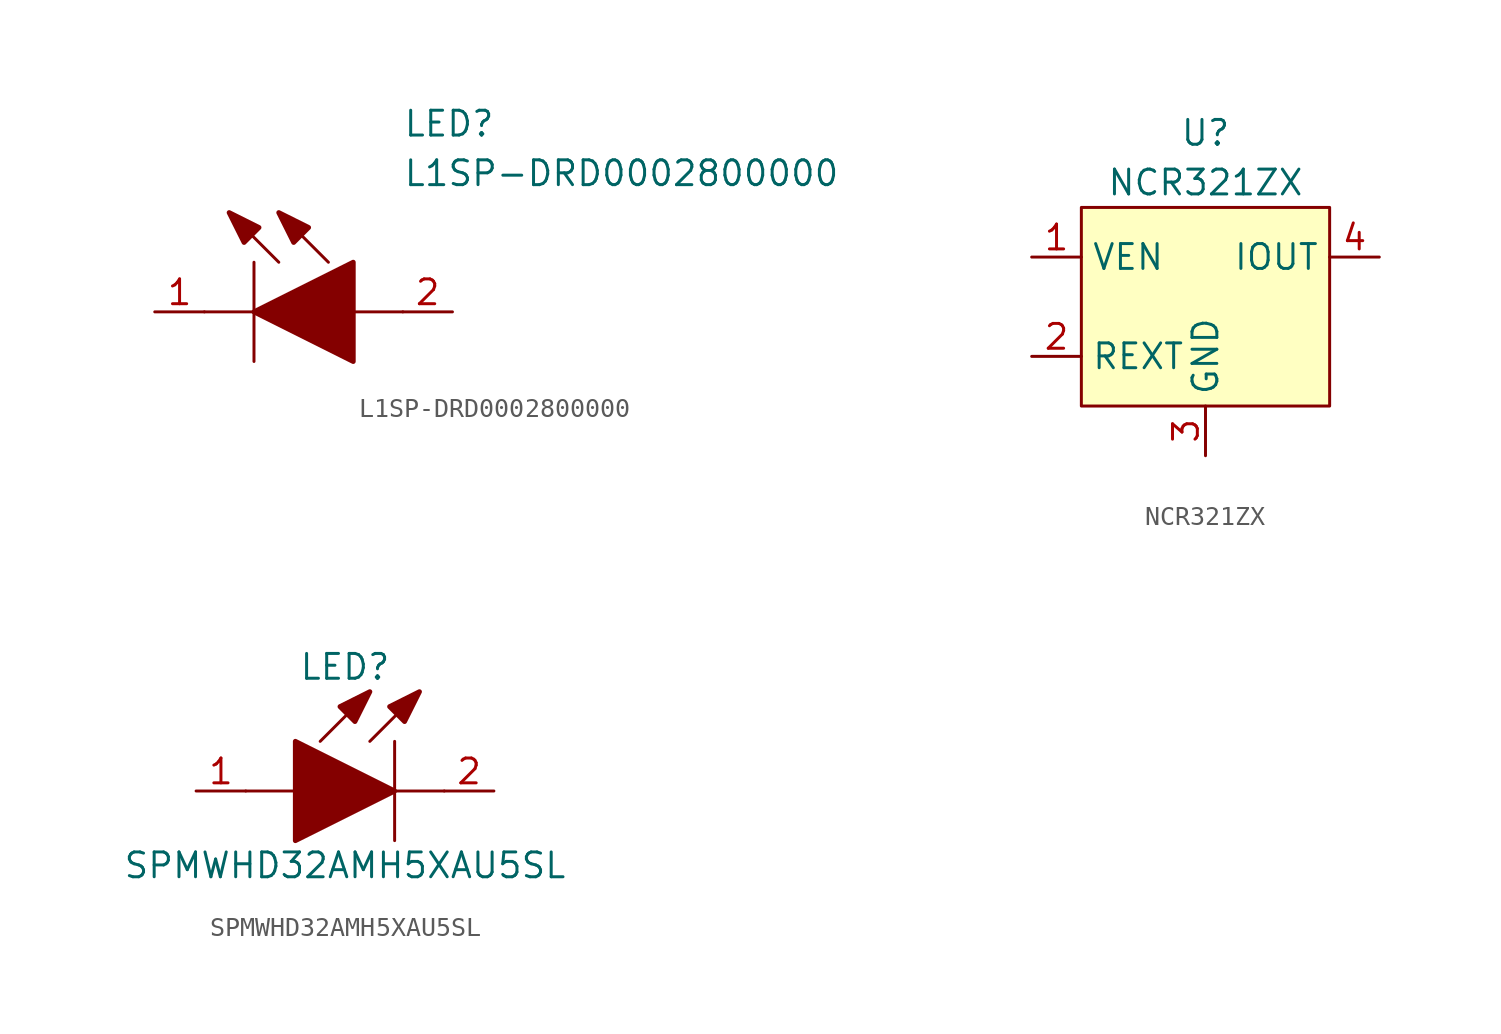
<source format=kicad_sym>
(kicad_symbol_lib
  (version 20211014)
  (generator kicad_symbol_editor)
  (symbol "L1SP-DRD0002800000"
    (pin_names
      (offset 0.762))
    (property "Reference" "LED"
      (at 5.08 8.89 0)
      (effects (font (size 1.27 1.27)) (justify left bottom)))
    (property "Value" "L1SP-DRD0002800000"
      (at 5.08 6.35 0)
      (effects (font (size 1.27 1.27)) (justify left bottom)))
    (symbol "L1SP-DRD0002800000_0_0"
      (pin passive line (at -7.62 0 0) (length 2.54) (name "~" (effects (font (size 1.27 1.27)))) (number "1" (effects (font (size 1.27 1.27)))))
      (pin passive line (at 7.62 0 180) (length 2.54) (name "~" (effects (font (size 1.27 1.27)))) (number "2" (effects (font (size 1.27 1.27))))))
    (symbol "L1SP-DRD0002800000_0_1"
      (polyline (pts (xy -5.08 0) (xy -2.54 0)) (stroke (width 0.152) (type default) (color 0 0 0 0)) (fill (type none)))
      (polyline (pts (xy -2.54 2.54) (xy -2.54 -2.54)) (stroke (width 0.152) (type default) (color 0 0 0 0)) (fill (type none)))
      (polyline (pts (xy -1.27 2.54) (xy -3.81 5.08)) (stroke (width 0.152) (type default) (color 0 0 0 0)) (fill (type none)))
      (polyline (pts (xy 1.27 2.54) (xy -1.27 5.08)) (stroke (width 0.152) (type default) (color 0 0 0 0)) (fill (type none)))
      (polyline (pts (xy 2.54 0) (xy 5.08 0)) (stroke (width 0.152) (type default) (color 0 0 0 0)) (fill (type none)))
      (polyline (pts (xy -2.54 0) (xy 2.54 2.54) (xy 2.54 -2.54) (xy -2.54 0)) (stroke (width 0.254) (type default) (color 0 0 0 0)) (fill (type outline)))
      (polyline (pts (xy -2.286 4.318) (xy -3.048 3.556) (xy -3.81 5.08) (xy -2.286 4.318)) (stroke (width 0.254) (type default) (color 0 0 0 0)) (fill (type outline)))
      (polyline (pts (xy 0.254 4.318) (xy -0.508 3.556) (xy -1.27 5.08) (xy 0.254 4.318)) (stroke (width 0.254) (type default) (color 0 0 0 0)) (fill (type outline)))))
  (symbol "NCR321ZX"
    (property "Reference" "U"
      (at 0 8.89 0)
      (effects (font (size 1.27 1.27))))
    (property "Value" "NCR321ZX"
      (at 0 6.35 0)
      (effects (font (size 1.27 1.27))))
    (symbol "NCR321ZX_0_1"
      (rectangle (start -6.35 5.08) (end 6.35 -5.08) (stroke (width 0) (type default) (color 0 0 0 0)) (fill (type background))))
    (symbol "NCR321ZX_1_1"
      (pin passive line (at -8.89 2.54 0) (length 2.54) (name "VEN" (effects (font (size 1.27 1.27)))) (number "1" (effects (font (size 1.27 1.27)))))
      (pin passive line (at -8.89 -2.54 0) (length 2.54) (name "REXT" (effects (font (size 1.27 1.27)))) (number "2" (effects (font (size 1.27 1.27)))))
      (pin passive line (at 0 -7.62 90) (length 2.54) (name "GND" (effects (font (size 1.27 1.27)))) (number "3" (effects (font (size 1.27 1.27)))))
      (pin passive line (at 8.89 2.54 180) (length 2.54) (name "IOUT" (effects (font (size 1.27 1.27)))) (number "4" (effects (font (size 1.27 1.27)))))))
  (symbol "SPMWHD32AMH5XAU5SL"
    (pin_names
      (offset 1.016))
    (property "Reference" "LED"
      (at 0 6.35 0)
      (effects (font (size 1.27 1.27))))
    (property "Value" "SPMWHD32AMH5XAU5SL"
      (at 0 -3.81 0)
      (effects (font (size 1.27 1.27))))
    (symbol "SPMWHD32AMH5XAU5SL_0_0"
      (pin passive line (at -7.62 0 0) (length 2.54) (name "~" (effects (font (size 1.27 1.27)))) (number "1" (effects (font (size 1.27 1.27)))))
      (pin passive line (at 7.62 0 180) (length 2.54) (name "~" (effects (font (size 1.27 1.27)))) (number "2" (effects (font (size 1.27 1.27))))))
    (symbol "SPMWHD32AMH5XAU5SL_0_1"
      (polyline (pts (xy -2.54 0) (xy -5.08 0)) (stroke (width 0.152) (type default) (color 0 0 0 0)) (fill (type none)))
      (polyline (pts (xy -1.27 2.54) (xy 1.27 5.08)) (stroke (width 0.152) (type default) (color 0 0 0 0)) (fill (type none)))
      (polyline (pts (xy 1.27 2.54) (xy 3.81 5.08)) (stroke (width 0.152) (type default) (color 0 0 0 0)) (fill (type none)))
      (polyline (pts (xy 2.54 2.54) (xy 2.54 -2.54)) (stroke (width 0.152) (type default) (color 0 0 0 0)) (fill (type none)))
      (polyline (pts (xy 5.08 0) (xy 2.54 0)) (stroke (width 0.152) (type default) (color 0 0 0 0)) (fill (type none)))
      (polyline (pts (xy -0.254 4.318) (xy 0.508 3.556) (xy 1.27 5.08) (xy -0.254 4.318)) (stroke (width 0.254) (type default) (color 0 0 0 0)) (fill (type outline)))
      (polyline (pts (xy 2.286 4.318) (xy 3.048 3.556) (xy 3.81 5.08) (xy 2.286 4.318)) (stroke (width 0.254) (type default) (color 0 0 0 0)) (fill (type outline)))
      (polyline (pts (xy 2.54 0) (xy -2.54 2.54) (xy -2.54 -2.54) (xy 2.54 0)) (stroke (width 0.254) (type default) (color 0 0 0 0)) (fill (type outline))))))
</source>
